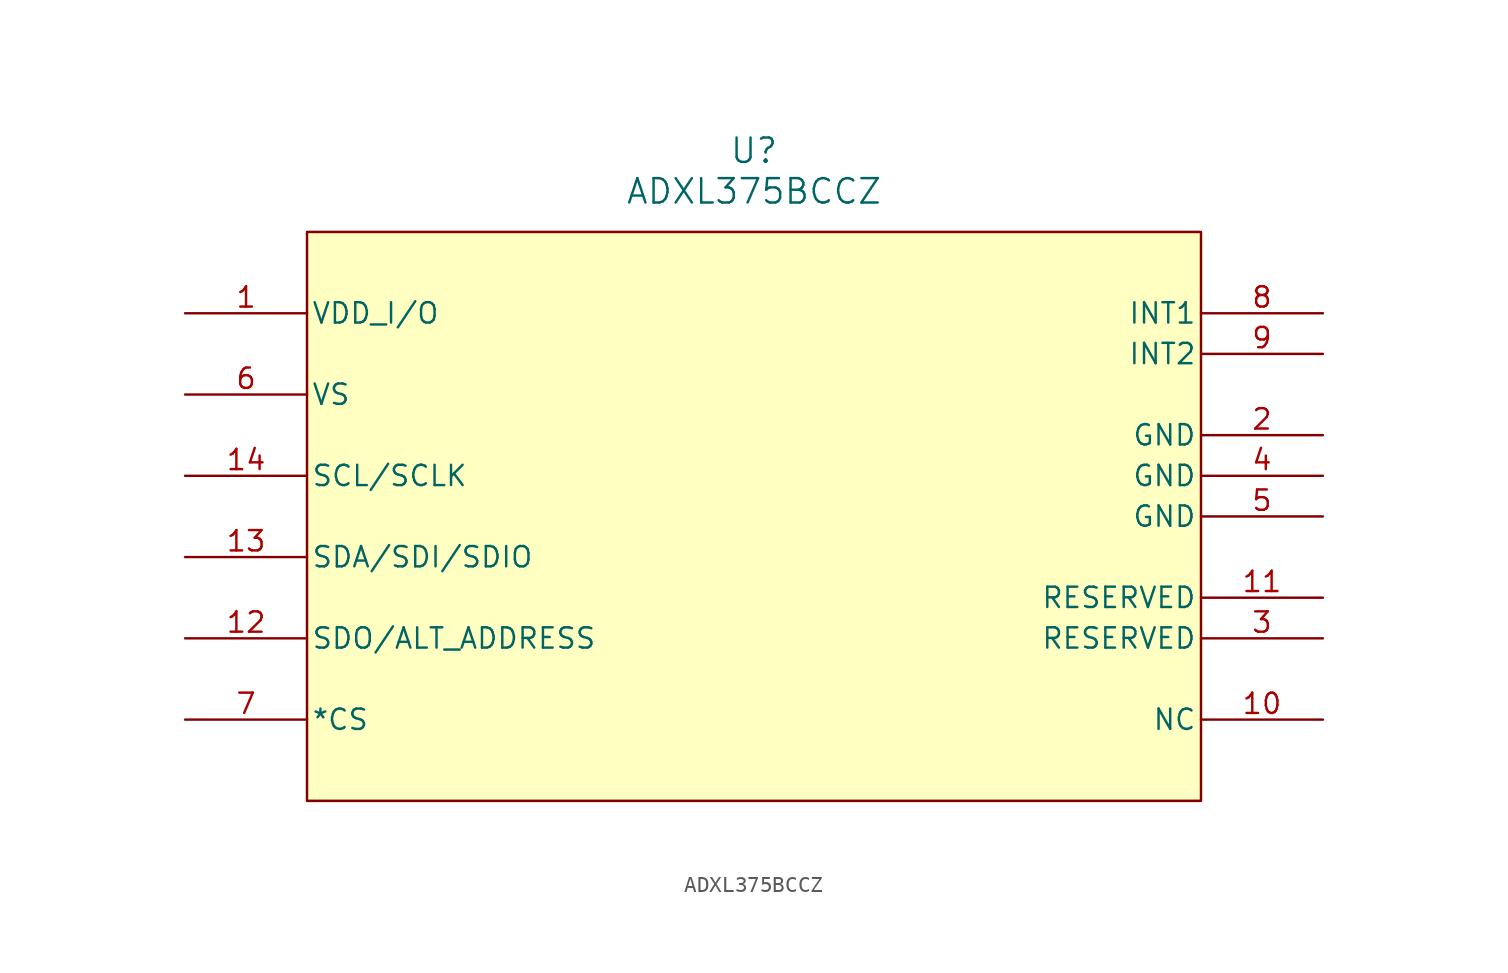
<source format=kicad_sym>
(kicad_symbol_lib
  (version 20241209)
  (generator "kicad_symbol_editor")
  (generator_version "9.0")
  (symbol "ADXL375BCCZ"
    (pin_names
      (offset 0.254))
    (property "Reference" "U"
      (at 35.56 10.16 0)
      (effects (font (size 1.524 1.524))))
    (property "Value" "ADXL375BCCZ"
      (at 35.56 7.62 0)
      (effects (font (size 1.524 1.524))))
    (property "ki_locked" ""
      (at 0 0 0)
      (effects (font (size 1.27 1.27))))
    (symbol "ADXL375BCCZ_0_1"
      (polyline (pts (xy 7.62 5.08) (xy 7.62 -30.48)) (stroke (width 0.127) (type default)) (fill (type none)))
      (polyline (pts (xy 7.62 -30.48) (xy 63.5 -30.48)) (stroke (width 0.127) (type default)) (fill (type none)))
      (polyline (pts (xy 63.5 5.08) (xy 7.62 5.08)) (stroke (width 0.127) (type default)) (fill (type none)))
      (polyline (pts (xy 63.5 -30.48) (xy 63.5 5.08)) (stroke (width 0.127) (type default)) (fill (type none)))
      (pin unspecified line (at 0 0 0) (length 7.62) (name "VDD_I/O" (effects (font (size 1.27 1.27)))) (number "1" (effects (font (size 1.27 1.27)))))
      (pin unspecified line (at 0 -5.08 0) (length 7.62) (name "VS" (effects (font (size 1.27 1.27)))) (number "6" (effects (font (size 1.27 1.27)))))
      (pin unspecified line (at 0 -10.16 0) (length 7.62) (name "SCL/SCLK" (effects (font (size 1.27 1.27)))) (number "14" (effects (font (size 1.27 1.27)))))
      (pin unspecified line (at 0 -15.24 0) (length 7.62) (name "SDA/SDI/SDIO" (effects (font (size 1.27 1.27)))) (number "13" (effects (font (size 1.27 1.27)))))
      (pin unspecified line (at 0 -20.32 0) (length 7.62) (name "SDO/ALT_ADDRESS" (effects (font (size 1.27 1.27)))) (number "12" (effects (font (size 1.27 1.27)))))
      (pin unspecified line (at 0 -25.4 0) (length 7.62) (name "*CS" (effects (font (size 1.27 1.27)))) (number "7" (effects (font (size 1.27 1.27)))))
      (pin unspecified line (at 71.12 0 180) (length 7.62) (name "INT1" (effects (font (size 1.27 1.27)))) (number "8" (effects (font (size 1.27 1.27)))))
      (pin unspecified line (at 71.12 -2.54 180) (length 7.62) (name "INT2" (effects (font (size 1.27 1.27)))) (number "9" (effects (font (size 1.27 1.27)))))
      (pin unspecified line (at 71.12 -7.62 180) (length 7.62) (name "GND" (effects (font (size 1.27 1.27)))) (number "2" (effects (font (size 1.27 1.27)))))
      (pin unspecified line (at 71.12 -10.16 180) (length 7.62) (name "GND" (effects (font (size 1.27 1.27)))) (number "4" (effects (font (size 1.27 1.27)))))
      (pin unspecified line (at 71.12 -12.7 180) (length 7.62) (name "GND" (effects (font (size 1.27 1.27)))) (number "5" (effects (font (size 1.27 1.27)))))
      (pin unspecified line (at 71.12 -17.78 180) (length 7.62) (name "RESERVED" (effects (font (size 1.27 1.27)))) (number "11" (effects (font (size 1.27 1.27)))))
      (pin unspecified line (at 71.12 -20.32 180) (length 7.62) (name "RESERVED" (effects (font (size 1.27 1.27)))) (number "3" (effects (font (size 1.27 1.27)))))
      (pin unspecified line (at 71.12 -25.4 180) (length 7.62) (name "NC" (effects (font (size 1.27 1.27)))) (number "10" (effects (font (size 1.27 1.27))))))
    (symbol "ADXL375BCCZ_1_1"
      (rectangle (start 7.62 5.08) (end 63.5 -30.48) (stroke (width 0) (type solid)) (fill (type background))))))
</source>
